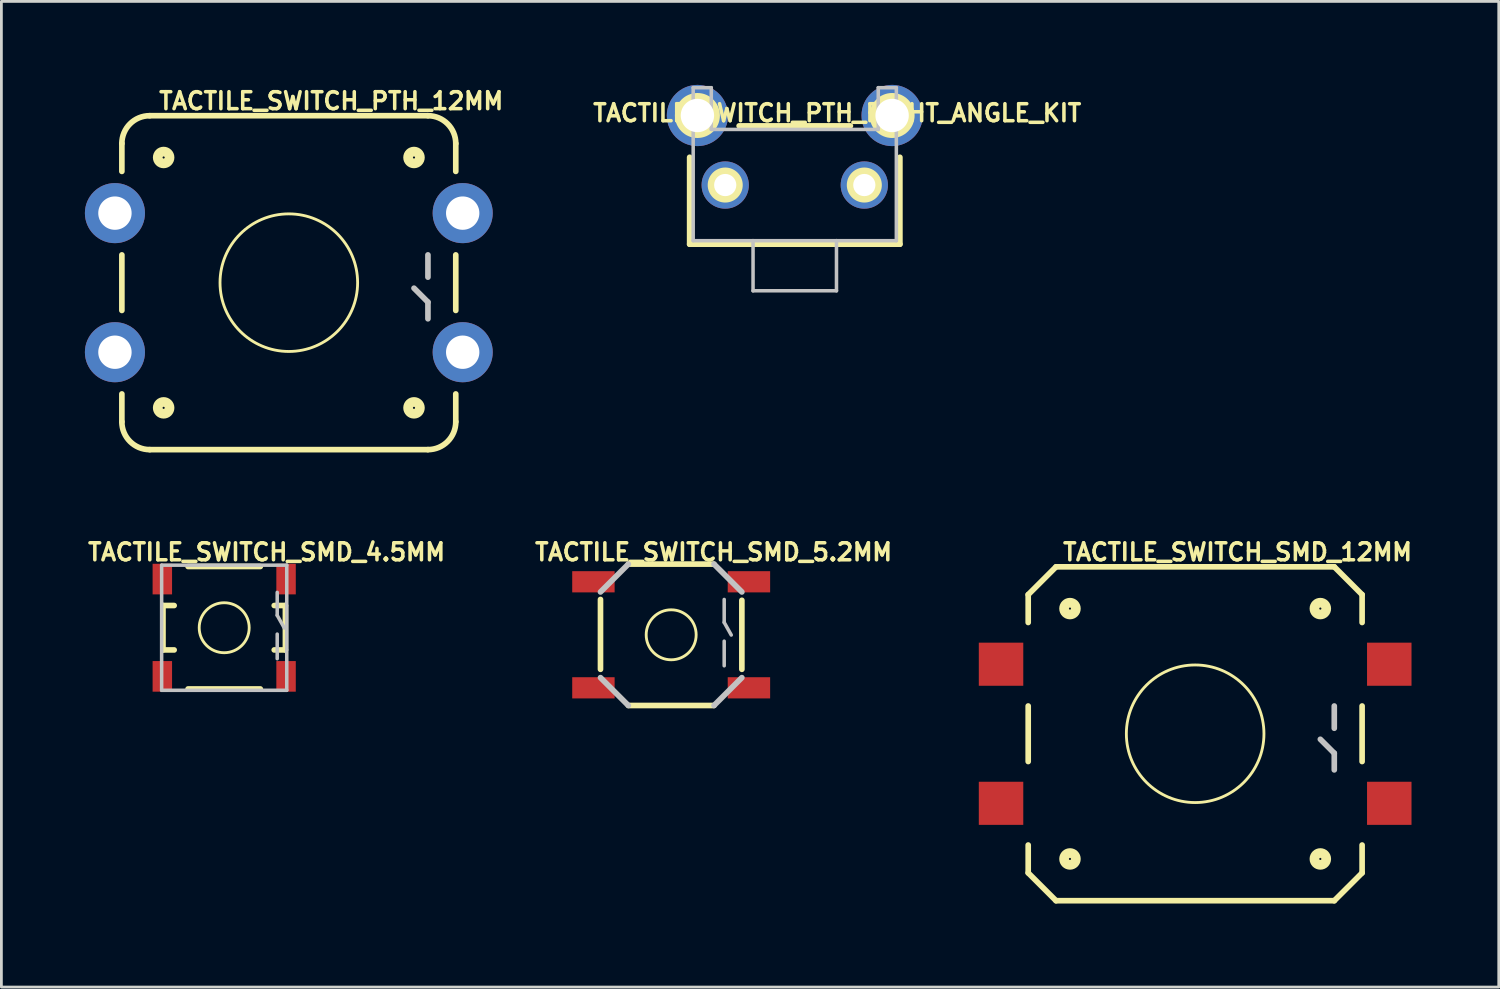
<source format=kicad_pcb>
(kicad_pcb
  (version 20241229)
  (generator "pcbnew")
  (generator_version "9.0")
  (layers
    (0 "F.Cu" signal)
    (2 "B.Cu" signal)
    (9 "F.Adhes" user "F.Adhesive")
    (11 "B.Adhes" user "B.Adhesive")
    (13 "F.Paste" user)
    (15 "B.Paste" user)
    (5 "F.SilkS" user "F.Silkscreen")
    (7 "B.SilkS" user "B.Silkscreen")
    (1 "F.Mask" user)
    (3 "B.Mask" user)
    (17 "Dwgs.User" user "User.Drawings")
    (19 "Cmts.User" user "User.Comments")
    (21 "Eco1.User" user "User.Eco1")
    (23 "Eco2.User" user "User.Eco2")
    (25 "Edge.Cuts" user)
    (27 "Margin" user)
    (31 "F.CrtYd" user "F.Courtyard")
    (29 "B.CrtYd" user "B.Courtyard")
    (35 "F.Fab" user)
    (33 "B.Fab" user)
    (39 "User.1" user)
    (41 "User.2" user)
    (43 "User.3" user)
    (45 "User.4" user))
  (footprint "TACTILE_SWITCH_SMD_4.5MM"
    (layer "F.Cu")
    (at 5.006 19.506)
    (property "Reference" "TACTILE_SWITCH_SMD_4.5MM" (at 1.524 -2.718 0) (layer "F.SilkS") (effects (font (size 0.61 0.61) (thickness 0.127))))
    (attr smd)
    (fp_line (start -2.2 -0.798) (end -2.2 0.798) (stroke (width 0.203) (type solid)) (layer "F.SilkS"))
    (fp_line (start -1.798 -0.798) (end -2.2 -0.798) (stroke (width 0.203) (type solid)) (layer "F.SilkS"))
    (fp_line (start -1.798 0.798) (end -2.2 0.798) (stroke (width 0.203) (type solid)) (layer "F.SilkS"))
    (fp_line (start -1.298 2.2) (end 1.298 2.2) (stroke (width 0.203) (type solid)) (layer "F.SilkS"))
    (fp_line (start 1.298 -2.2) (end -1.298 -2.2) (stroke (width 0.203) (type solid)) (layer "F.SilkS"))
    (fp_line (start 2.2 -0.798) (end 1.798 -0.798) (stroke (width 0.203) (type solid)) (layer "F.SilkS"))
    (fp_line (start 2.2 0.798) (end 1.798 0.798) (stroke (width 0.203) (type solid)) (layer "F.SilkS"))
    (fp_line (start 2.2 0.798) (end 2.2 -0.798) (stroke (width 0.203) (type solid)) (layer "F.SilkS"))
    (fp_circle (center 0 0) (end -0.635 0.635) (stroke (width 0.102) (type solid)) (fill no) (layer "F.SilkS"))
    (fp_line (start -2.248 -2.248) (end 2.248 -2.248) (stroke (width 0.127) (type solid)) (layer "Dwgs.User"))
    (fp_line (start -2.248 2.248) (end -2.248 -2.248) (stroke (width 0.127) (type solid)) (layer "Dwgs.User"))
    (fp_line (start 1.905 -1.27) (end 1.905 -0.445) (stroke (width 0.127) (type solid)) (layer "Dwgs.User"))
    (fp_line (start 1.905 -0.445) (end 2.159 0.008) (stroke (width 0.127) (type solid)) (layer "Dwgs.User"))
    (fp_line (start 1.905 0.229) (end 1.905 1.113) (stroke (width 0.127) (type solid)) (layer "Dwgs.User"))
    (fp_line (start 2.248 -2.248) (end 2.248 2.248) (stroke (width 0.127) (type solid)) (layer "Dwgs.User"))
    (fp_line (start 2.248 2.248) (end -2.248 2.248) (stroke (width 0.127) (type solid)) (layer "Dwgs.User"))
    (pad "1" smd rect (at 2.223 -1.748 90) (size 1.1 0.699) (layers "F.Cu" "F.Mask" "F.Paste"))
    (pad "2" smd rect (at 2.223 1.748 90) (size 1.1 0.699) (layers "F.Cu" "F.Mask" "F.Paste"))
    (pad "3" smd rect (at -2.223 1.748 90) (size 1.1 0.699) (layers "F.Cu" "F.Mask" "F.Paste"))
    (pad "4" smd rect (at -2.223 -1.748 90) (size 1.1 0.699) (layers "F.Cu" "F.Mask" "F.Paste")))
  (footprint "TACTILE_SWITCH_PTH_RIGHT_ANGLE_KIT"
    (layer "F.Cu")
    (at 25.508 3.599)
    (property "Reference" "TACTILE_SWITCH_PTH_RIGHT_ANGLE_KIT" (at 1.524 -2.588 0) (layer "F.SilkS") (effects (font (size 0.61 0.61) (thickness 0.127))))
    (attr exclude_from_pos_files exclude_from_bom)
    (fp_line (start -3.777 -0.998) (end -3.777 2.126) (stroke (width 0.203) (type solid)) (layer "F.SilkS"))
    (fp_line (start -3.777 2.126) (end 3.777 2.126) (stroke (width 0.203) (type solid)) (layer "F.SilkS"))
    (fp_line (start 1.999 -2.126) (end -1.999 -2.126) (stroke (width 0.203) (type solid)) (layer "F.SilkS"))
    (fp_line (start 3.777 2.126) (end 3.777 -0.998) (stroke (width 0.203) (type solid)) (layer "F.SilkS"))
    (fp_circle (center -3.498 -2.499) (end -4.069 -3.071) (stroke (width 0) (type solid)) (fill yes) (layer "F.SilkS"))
    (fp_circle (center -3.498 -2.499) (end -3.815 -2.817) (stroke (width 0) (type solid)) (fill yes) (layer "F.SilkS"))
    (fp_circle (center -2.499 0) (end -2.944 0.445) (stroke (width 0) (type solid)) (fill yes) (layer "F.SilkS"))
    (fp_circle (center -2.499 0) (end -2.72 0.221) (stroke (width 0) (type solid)) (fill yes) (layer "F.SilkS"))
    (fp_circle (center 2.499 0) (end 2.72 0.221) (stroke (width 0) (type solid)) (fill yes) (layer "F.SilkS"))
    (fp_circle (center 2.499 0) (end 2.944 0.445) (stroke (width 0) (type solid)) (fill yes) (layer "F.SilkS"))
    (fp_circle (center 3.498 -2.499) (end 3.815 -2.817) (stroke (width 0) (type solid)) (fill yes) (layer "F.SilkS"))
    (fp_circle (center 3.498 -2.499) (end 4.069 -3.071) (stroke (width 0) (type solid)) (fill yes) (layer "F.SilkS"))
    (fp_line (start -3.65 -3.498) (end -3 -3.498) (stroke (width 0.127) (type solid)) (layer "Dwgs.User"))
    (fp_line (start -3.65 1.999) (end -3.65 -3.498) (stroke (width 0.127) (type solid)) (layer "Dwgs.User"))
    (fp_line (start -3.65 1.999) (end -1.499 1.999) (stroke (width 0.127) (type solid)) (layer "Dwgs.User"))
    (fp_line (start -3 -1.999) (end -3 -3.498) (stroke (width 0.127) (type solid)) (layer "Dwgs.User"))
    (fp_line (start -3 -1.999) (end 3 -1.999) (stroke (width 0.127) (type solid)) (layer "Dwgs.User"))
    (fp_line (start -1.499 1.999) (end -1.499 3.8) (stroke (width 0.127) (type solid)) (layer "Dwgs.User"))
    (fp_line (start -1.499 1.999) (end 1.499 1.999) (stroke (width 0.127) (type solid)) (layer "Dwgs.User"))
    (fp_line (start 1.499 1.999) (end 1.499 3.8) (stroke (width 0.127) (type solid)) (layer "Dwgs.User"))
    (fp_line (start 1.499 1.999) (end 3.65 1.999) (stroke (width 0.127) (type solid)) (layer "Dwgs.User"))
    (fp_line (start 1.499 3.8) (end -1.499 3.8) (stroke (width 0.127) (type solid)) (layer "Dwgs.User"))
    (fp_line (start 3 -3.498) (end 3.65 -3.498) (stroke (width 0.127) (type solid)) (layer "Dwgs.User"))
    (fp_line (start 3 -1.999) (end 3 -3.498) (stroke (width 0.127) (type solid)) (layer "Dwgs.User"))
    (fp_line (start 3.65 -3.498) (end 3.65 1.999) (stroke (width 0.127) (type solid)) (layer "Dwgs.User"))
    (pad "1" thru_hole circle (at -2.499 0) (size 1.699 1.699) (drill 0.798) (layers "*.Cu" "*.Paste" "*.Mask"))
    (pad "2" thru_hole circle (at 2.499 0) (size 1.699 1.699) (drill 0.798) (layers "*.Cu" "*.Paste" "*.Mask"))
    (pad "ANCH" thru_hole circle (at -3.498 -2.499) (size 2.2 2.2) (drill 1.199) (layers "*.Cu" "*.Paste" "*.Mask"))
    (pad "ANCH" thru_hole circle (at 3.498 -2.499) (size 2.2 2.2) (drill 1.199) (layers "*.Cu" "*.Paste" "*.Mask")))
  (footprint "TACTILE_SWITCH_SMD_12MM"
    (layer "F.Cu")
    (at 39.895 23.316)
    (property "Reference" "TACTILE_SWITCH_SMD_12MM" (at 1.524 -6.528 0) (layer "F.SilkS") (effects (font (size 0.61 0.61) (thickness 0.127))))
    (attr smd)
    (fp_line (start -5.999 -3.998) (end -5.999 -4.999) (stroke (width 0.203) (type solid)) (layer "F.SilkS"))
    (fp_line (start -5.999 0.998) (end -5.999 -0.998) (stroke (width 0.203) (type solid)) (layer "F.SilkS"))
    (fp_line (start -5.999 4.999) (end -5.999 3.998) (stroke (width 0.203) (type solid)) (layer "F.SilkS"))
    (fp_line (start -5.999 4.999) (end -4.999 5.999) (stroke (width 0.203) (type solid)) (layer "F.SilkS"))
    (fp_line (start -4.999 -5.999) (end -5.999 -4.999) (stroke (width 0.203) (type solid)) (layer "F.SilkS"))
    (fp_line (start -4.999 -5.999) (end 4.999 -5.999) (stroke (width 0.203) (type solid)) (layer "F.SilkS"))
    (fp_line (start 4.999 5.999) (end -4.999 5.999) (stroke (width 0.203) (type solid)) (layer "F.SilkS"))
    (fp_line (start 5.999 -4.999) (end 4.999 -5.999) (stroke (width 0.203) (type solid)) (layer "F.SilkS"))
    (fp_line (start 5.999 -4.999) (end 5.999 -3.998) (stroke (width 0.203) (type solid)) (layer "F.SilkS"))
    (fp_line (start 5.999 -0.998) (end 5.999 0.998) (stroke (width 0.203) (type solid)) (layer "F.SilkS"))
    (fp_line (start 5.999 3.998) (end 5.999 4.999) (stroke (width 0.203) (type solid)) (layer "F.SilkS"))
    (fp_line (start 5.999 4.999) (end 4.999 5.999) (stroke (width 0.203) (type solid)) (layer "F.SilkS"))
    (fp_circle (center -4.498 -4.498) (end -4.648 -4.648) (stroke (width 0.348) (type solid)) (fill no) (layer "F.SilkS"))
    (fp_circle (center -4.498 4.498) (end -4.648 4.648) (stroke (width 0.348) (type solid)) (fill no) (layer "F.SilkS"))
    (fp_circle (center 0 0) (end -1.748 1.748) (stroke (width 0.102) (type solid)) (fill no) (layer "F.SilkS"))
    (fp_circle (center 4.498 -4.498) (end 4.648 -4.648) (stroke (width 0.348) (type solid)) (fill no) (layer "F.SilkS"))
    (fp_circle (center 4.498 4.498) (end 4.648 4.648) (stroke (width 0.348) (type solid)) (fill no) (layer "F.SilkS"))
    (fp_line (start 4.999 -0.198) (end 4.999 -0.998) (stroke (width 0.203) (type solid)) (layer "Dwgs.User"))
    (fp_line (start 4.999 0.699) (end 4.498 0.198) (stroke (width 0.203) (type solid)) (layer "Dwgs.User"))
    (fp_line (start 4.999 1.298) (end 4.999 0.699) (stroke (width 0.203) (type solid)) (layer "Dwgs.User"))
    (pad "1" smd rect (at 6.975 2.499) (size 1.598 1.549) (layers "F.Cu" "F.Mask" "F.Paste"))
    (pad "2" smd rect (at -6.975 2.499) (size 1.598 1.549) (layers "F.Cu" "F.Mask" "F.Paste"))
    (pad "3" smd rect (at 6.975 -2.499) (size 1.598 1.549) (layers "F.Cu" "F.Mask" "F.Paste"))
    (pad "4" smd rect (at -6.975 -2.499) (size 1.598 1.549) (layers "F.Cu" "F.Mask" "F.Paste")))
  (footprint "TACTILE_SWITCH_SMD_5.2MM"
    (layer "F.Cu")
    (at 21.067 19.76)
    (property "Reference" "TACTILE_SWITCH_SMD_5.2MM" (at 1.524 -2.972 0) (layer "F.SilkS") (effects (font (size 0.61 0.61) (thickness 0.127))))
    (attr smd)
    (fp_line (start -2.54 1.24) (end -2.54 -1.27) (stroke (width 0.203) (type solid)) (layer "F.SilkS"))
    (fp_line (start -1.539 -2.54) (end 1.539 -2.54) (stroke (width 0.203) (type solid)) (layer "F.SilkS"))
    (fp_line (start 1.539 2.54) (end -1.539 2.54) (stroke (width 0.203) (type solid)) (layer "F.SilkS"))
    (fp_line (start 2.54 -1.24) (end 2.54 1.24) (stroke (width 0.203) (type solid)) (layer "F.SilkS"))
    (fp_circle (center 0 0) (end -0.635 0.635) (stroke (width 0.102) (type solid)) (fill no) (layer "F.SilkS"))
    (fp_line (start -2.54 -1.539) (end -1.539 -2.54) (stroke (width 0.203) (type solid)) (layer "Dwgs.User"))
    (fp_line (start -1.539 2.54) (end -2.54 1.539) (stroke (width 0.203) (type solid)) (layer "Dwgs.User"))
    (fp_line (start 1.539 -2.54) (end 2.54 -1.539) (stroke (width 0.203) (type solid)) (layer "Dwgs.User"))
    (fp_line (start 1.905 -1.27) (end 1.905 -0.445) (stroke (width 0.127) (type solid)) (layer "Dwgs.User"))
    (fp_line (start 1.905 -0.445) (end 2.159 0.008) (stroke (width 0.127) (type solid)) (layer "Dwgs.User"))
    (fp_line (start 1.905 0.229) (end 1.905 1.113) (stroke (width 0.127) (type solid)) (layer "Dwgs.User"))
    (fp_line (start 2.54 1.539) (end 1.539 2.54) (stroke (width 0.203) (type solid)) (layer "Dwgs.User"))
    (pad "1" smd rect (at -2.794 -1.905 90) (size 0.762 1.524) (layers "F.Cu" "F.Mask" "F.Paste"))
    (pad "2" smd rect (at 2.794 -1.905 90) (size 0.762 1.524) (layers "F.Cu" "F.Mask" "F.Paste"))
    (pad "3" smd rect (at -2.794 1.905 90) (size 0.762 1.524) (layers "F.Cu" "F.Mask" "F.Paste"))
    (pad "4" smd rect (at 2.794 1.905 90) (size 0.762 1.524) (layers "F.Cu" "F.Mask" "F.Paste")))
  (footprint "TACTILE_SWITCH_PTH_12MM"
    (layer "F.Cu")
    (at 7.328 7.107)
    (property "Reference" "TACTILE_SWITCH_PTH_12MM" (at 1.524 -6.528 0) (layer "F.SilkS") (effects (font (size 0.61 0.61) (thickness 0.127))))
    (attr exclude_from_pos_files exclude_from_bom)
    (fp_line (start -5.999 -3.998) (end -5.999 -4.999) (stroke (width 0.203) (type solid)) (layer "F.SilkS"))
    (fp_line (start -5.999 0.998) (end -5.999 -0.998) (stroke (width 0.203) (type solid)) (layer "F.SilkS"))
    (fp_line (start -5.999 4.999) (end -5.999 3.998) (stroke (width 0.203) (type solid)) (layer "F.SilkS"))
    (fp_line (start -4.999 -5.999) (end 4.999 -5.999) (stroke (width 0.203) (type solid)) (layer "F.SilkS"))
    (fp_line (start 4.999 5.999) (end -4.999 5.999) (stroke (width 0.203) (type solid)) (layer "F.SilkS"))
    (fp_line (start 5.999 -4.999) (end 5.999 -3.998) (stroke (width 0.203) (type solid)) (layer "F.SilkS"))
    (fp_line (start 5.999 -0.998) (end 5.999 0.998) (stroke (width 0.203) (type solid)) (layer "F.SilkS"))
    (fp_line (start 5.999 3.998) (end 5.999 4.999) (stroke (width 0.203) (type solid)) (layer "F.SilkS"))
    (fp_arc (start -5.99948 -4.99872) (mid -5.706364 -5.706364) (end -4.99872 -5.99948) (stroke (width 0.2032) (type solid)) (layer "F.SilkS"))
    (fp_arc (start -4.99872 5.99948) (mid -5.706364 5.706364) (end -5.99948 4.99872) (stroke (width 0.2032) (type solid)) (layer "F.SilkS"))
    (fp_arc (start 4.99872 -5.99948) (mid 5.706364 -5.706364) (end 5.99948 -4.99872) (stroke (width 0.2032) (type solid)) (layer "F.SilkS"))
    (fp_arc (start 5.99948 4.99872) (mid 5.706364 5.706364) (end 4.99872 5.99948) (stroke (width 0.2032) (type solid)) (layer "F.SilkS"))
    (fp_circle (center -4.498 -4.498) (end -4.648 -4.648) (stroke (width 0.348) (type solid)) (fill no) (layer "F.SilkS"))
    (fp_circle (center -4.498 4.498) (end -4.648 4.648) (stroke (width 0.348) (type solid)) (fill no) (layer "F.SilkS"))
    (fp_circle (center 0 0) (end -1.748 1.748) (stroke (width 0.102) (type solid)) (fill no) (layer "F.SilkS"))
    (fp_circle (center 4.498 -4.498) (end 4.648 -4.648) (stroke (width 0.348) (type solid)) (fill no) (layer "F.SilkS"))
    (fp_circle (center 4.498 4.498) (end 4.648 4.648) (stroke (width 0.348) (type solid)) (fill no) (layer "F.SilkS"))
    (fp_line (start 4.999 -0.198) (end 4.999 -0.998) (stroke (width 0.203) (type solid)) (layer "Dwgs.User"))
    (fp_line (start 4.999 0.699) (end 4.498 0.198) (stroke (width 0.203) (type solid)) (layer "Dwgs.User"))
    (fp_line (start 4.999 1.298) (end 4.999 0.699) (stroke (width 0.203) (type solid)) (layer "Dwgs.User"))
    (pad "1" thru_hole circle (at 6.248 2.499) (size 2.159 2.159) (drill 1.199) (layers "*.Cu" "*.Paste" "*.Mask"))
    (pad "2" thru_hole circle (at -6.248 2.499) (size 2.159 2.159) (drill 1.199) (layers "*.Cu" "*.Paste" "*.Mask"))
    (pad "3" thru_hole circle (at 6.248 -2.499) (size 2.159 2.159) (drill 1.199) (layers "*.Cu" "*.Paste" "*.Mask"))
    (pad "4" thru_hole circle (at -6.248 -2.499) (size 2.159 2.159) (drill 1.199) (layers "*.Cu" "*.Paste" "*.Mask")))
  (gr_rect
    (start -3 -3)
    (end 50.804 32.417)
    (stroke (width 0.1) (type default))
    (fill no)
    (layer "Edge.Cuts")))
</source>
